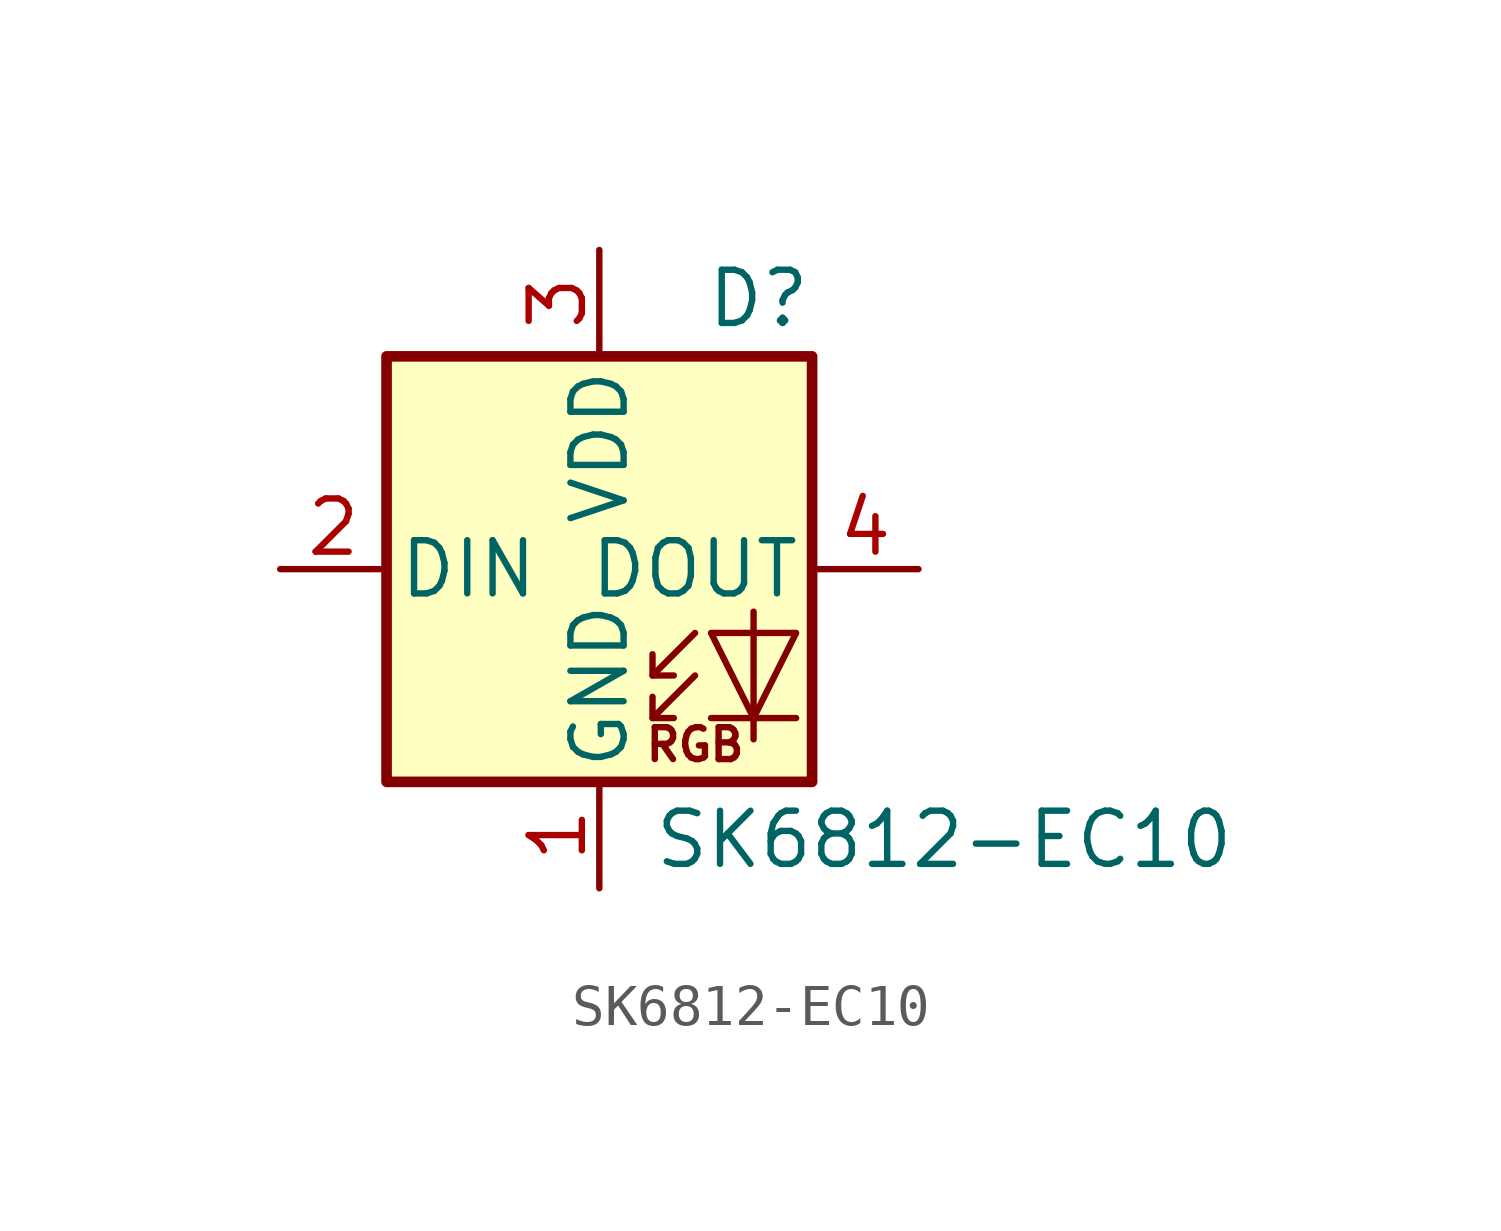
<source format=kicad_sym>
(kicad_symbol_lib
  (version 20231120)
  (generator "kicad_symbol_editor")
  (generator_version "8.0")
  (symbol "SK6812-EC10"
    (pin_names
      (offset 0.254))
    (property "Reference" "D"
      (at 5.08 5.715 0)
      (effects (font (size 1.27 1.27)) (justify right bottom)))
    (property "Value" "SK6812-EC10"
      (at 1.27 -5.715 0)
      (effects (font (size 1.27 1.27)) (justify left top)))
    (symbol "SK6812-EC10_0_0"
      (text "RGB" (at 2.286 -4.191 0) (effects (font (size 0.762 0.762)))))
    (symbol "SK6812-EC10_0_1"
      (polyline (pts (xy 1.27 -3.556) (xy 1.778 -3.556)) (stroke (width 0) (type default)) (fill (type none)))
      (polyline (pts (xy 1.27 -2.54) (xy 1.778 -2.54)) (stroke (width 0) (type default)) (fill (type none)))
      (polyline (pts (xy 4.699 -3.556) (xy 2.667 -3.556)) (stroke (width 0) (type default)) (fill (type none)))
      (polyline (pts (xy 2.286 -2.54) (xy 1.27 -3.556) (xy 1.27 -3.048)) (stroke (width 0) (type default)) (fill (type none)))
      (polyline (pts (xy 2.286 -1.524) (xy 1.27 -2.54) (xy 1.27 -2.032)) (stroke (width 0) (type default)) (fill (type none)))
      (polyline (pts (xy 3.683 -1.016) (xy 3.683 -3.556) (xy 3.683 -4.064)) (stroke (width 0) (type default)) (fill (type none)))
      (polyline (pts (xy 4.699 -1.524) (xy 2.667 -1.524) (xy 3.683 -3.556) (xy 4.699 -1.524)) (stroke (width 0) (type default)) (fill (type none)))
      (rectangle (start 5.08 5.08) (end -5.08 -5.08) (stroke (width 0.254) (type default)) (fill (type background))))
    (symbol "SK6812-EC10_1_1"
      (pin power_in line (at 0 -7.62 90) (length 2.54) (name "GND" (effects (font (size 1.27 1.27)))) (number "1" (effects (font (size 1.27 1.27)))))
      (pin input line (at -7.62 0 0) (length 2.54) (name "DIN" (effects (font (size 1.27 1.27)))) (number "2" (effects (font (size 1.27 1.27)))))
      (pin power_in line (at 0 7.62 270) (length 2.54) (name "VDD" (effects (font (size 1.27 1.27)))) (number "3" (effects (font (size 1.27 1.27)))))
      (pin output line (at 7.62 0 180) (length 2.54) (name "DOUT" (effects (font (size 1.27 1.27)))) (number "4" (effects (font (size 1.27 1.27))))))))
</source>
